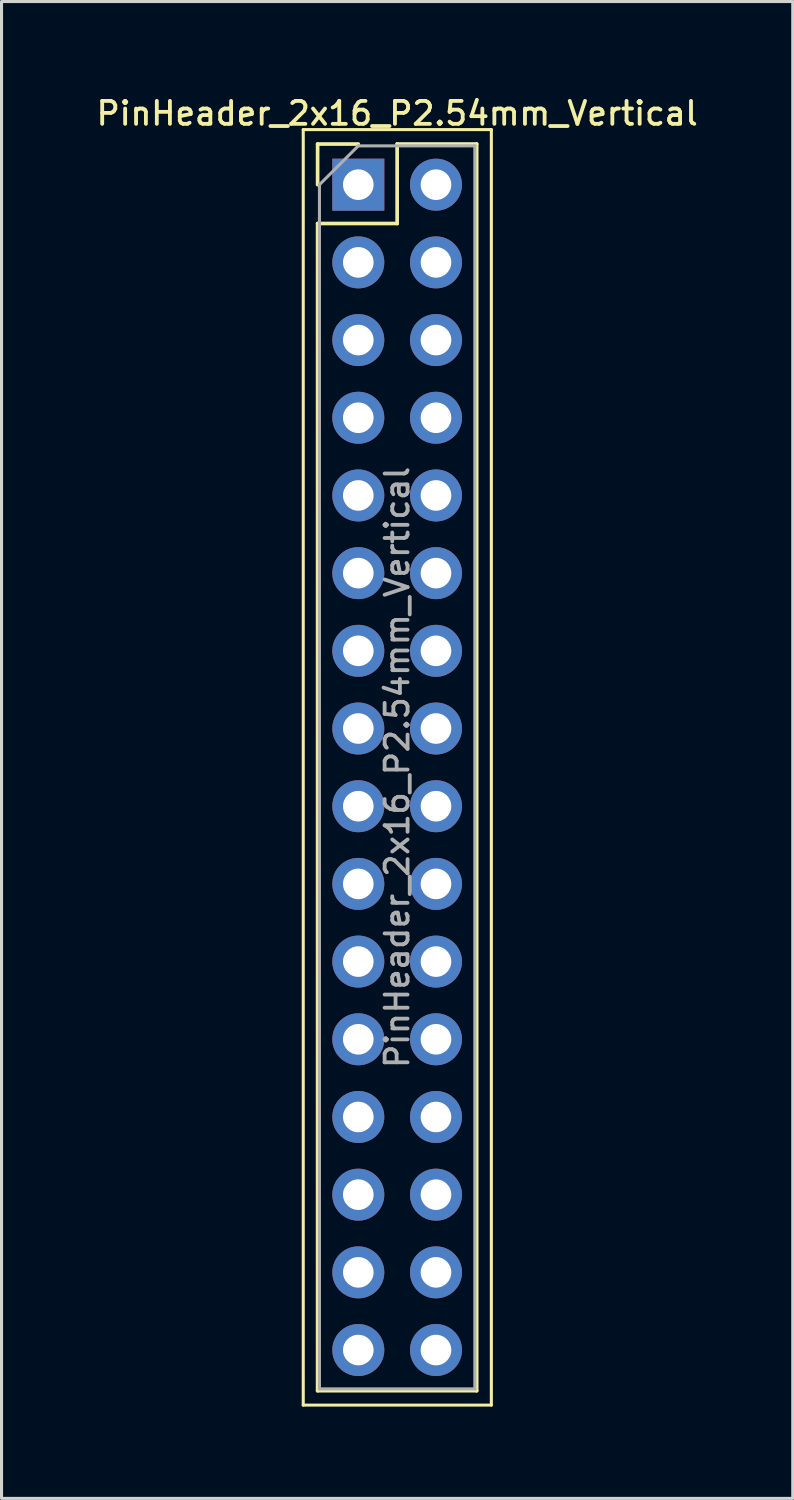
<source format=kicad_pcb>
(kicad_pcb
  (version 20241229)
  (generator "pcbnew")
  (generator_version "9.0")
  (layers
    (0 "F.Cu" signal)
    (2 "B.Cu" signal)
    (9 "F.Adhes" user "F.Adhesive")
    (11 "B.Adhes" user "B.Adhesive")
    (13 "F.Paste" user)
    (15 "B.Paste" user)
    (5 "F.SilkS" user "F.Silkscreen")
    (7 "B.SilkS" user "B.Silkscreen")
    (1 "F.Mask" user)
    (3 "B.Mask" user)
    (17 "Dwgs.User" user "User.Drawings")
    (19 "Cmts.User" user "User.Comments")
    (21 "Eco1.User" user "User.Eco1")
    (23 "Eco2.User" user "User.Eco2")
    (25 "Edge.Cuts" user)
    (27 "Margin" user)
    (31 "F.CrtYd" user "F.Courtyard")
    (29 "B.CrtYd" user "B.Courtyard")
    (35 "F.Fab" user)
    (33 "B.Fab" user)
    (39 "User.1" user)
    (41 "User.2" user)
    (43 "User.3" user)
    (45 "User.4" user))
  (footprint "PinHeader_2x16_P2.54mm_Vertical"
    (layer "F.Cu")
    (at 8.664 2.988)
    (property "Reference" "PinHeader_2x16_P2.54mm_Vertical" (at 1.27 -2.33 0) (layer "F.SilkS") (effects (font (size 0.75 0.75) (thickness 0.125))))
    (attr through_hole)
    (fp_line (start -1.8 -1.8) (end -1.8 39.9) (stroke (width 0.1) (type solid)) (layer "F.SilkS"))
    (fp_line (start -1.8 39.9) (end 4.35 39.9) (stroke (width 0.1) (type solid)) (layer "F.SilkS"))
    (fp_line (start -1.33 -1.33) (end 0 -1.33) (stroke (width 0.12) (type solid)) (layer "F.SilkS"))
    (fp_line (start -1.33 0) (end -1.33 -1.33) (stroke (width 0.12) (type solid)) (layer "F.SilkS"))
    (fp_line (start -1.33 1.27) (end -1.33 39.43) (stroke (width 0.12) (type solid)) (layer "F.SilkS"))
    (fp_line (start -1.33 1.27) (end 1.27 1.27) (stroke (width 0.12) (type solid)) (layer "F.SilkS"))
    (fp_line (start -1.33 39.43) (end 3.87 39.43) (stroke (width 0.12) (type solid)) (layer "F.SilkS"))
    (fp_line (start 1.27 -1.33) (end 3.87 -1.33) (stroke (width 0.12) (type solid)) (layer "F.SilkS"))
    (fp_line (start 1.27 1.27) (end 1.27 -1.33) (stroke (width 0.12) (type solid)) (layer "F.SilkS"))
    (fp_line (start 3.87 -1.33) (end 3.87 39.43) (stroke (width 0.12) (type solid)) (layer "F.SilkS"))
    (fp_line (start 4.35 -1.8) (end -1.8 -1.8) (stroke (width 0.1) (type solid)) (layer "F.SilkS"))
    (fp_line (start 4.35 39.9) (end 4.35 -1.8) (stroke (width 0.1) (type solid)) (layer "F.SilkS"))
    (fp_line (start -1.27 0) (end 0 -1.27) (stroke (width 0.1) (type solid)) (layer "F.Fab"))
    (fp_line (start -1.27 39.37) (end -1.27 0) (stroke (width 0.1) (type solid)) (layer "F.Fab"))
    (fp_line (start 0 -1.27) (end 3.81 -1.27) (stroke (width 0.1) (type solid)) (layer "F.Fab"))
    (fp_line (start 3.81 -1.27) (end 3.81 39.37) (stroke (width 0.1) (type solid)) (layer "F.Fab"))
    (fp_line (start 3.81 39.37) (end -1.27 39.37) (stroke (width 0.1) (type solid)) (layer "F.Fab"))
    (fp_text user "${REFERENCE}" (at 1.27 19.05 90) (layer "F.Fab") (effects (font (size 0.75 0.75) (thickness 0.125))))
    (pad "1" thru_hole rect (at 0 0) (size 1.7 1.7) (drill 1) (layers "*.Cu" "*.Mask"))
    (pad "2" thru_hole oval (at 2.54 0) (size 1.7 1.7) (drill 1) (layers "*.Cu" "*.Mask"))
    (pad "3" thru_hole oval (at 0 2.54) (size 1.7 1.7) (drill 1) (layers "*.Cu" "*.Mask"))
    (pad "4" thru_hole oval (at 2.54 2.54) (size 1.7 1.7) (drill 1) (layers "*.Cu" "*.Mask"))
    (pad "5" thru_hole oval (at 0 5.08) (size 1.7 1.7) (drill 1) (layers "*.Cu" "*.Mask"))
    (pad "6" thru_hole oval (at 2.54 5.08) (size 1.7 1.7) (drill 1) (layers "*.Cu" "*.Mask"))
    (pad "7" thru_hole oval (at 0 7.62) (size 1.7 1.7) (drill 1) (layers "*.Cu" "*.Mask"))
    (pad "8" thru_hole oval (at 2.54 7.62) (size 1.7 1.7) (drill 1) (layers "*.Cu" "*.Mask"))
    (pad "9" thru_hole oval (at 0 10.16) (size 1.7 1.7) (drill 1) (layers "*.Cu" "*.Mask"))
    (pad "10" thru_hole oval (at 2.54 10.16) (size 1.7 1.7) (drill 1) (layers "*.Cu" "*.Mask"))
    (pad "11" thru_hole oval (at 0 12.7) (size 1.7 1.7) (drill 1) (layers "*.Cu" "*.Mask"))
    (pad "12" thru_hole oval (at 2.54 12.7) (size 1.7 1.7) (drill 1) (layers "*.Cu" "*.Mask"))
    (pad "13" thru_hole oval (at 0 15.24) (size 1.7 1.7) (drill 1) (layers "*.Cu" "*.Mask"))
    (pad "14" thru_hole oval (at 2.54 15.24) (size 1.7 1.7) (drill 1) (layers "*.Cu" "*.Mask"))
    (pad "15" thru_hole oval (at 0 17.78) (size 1.7 1.7) (drill 1) (layers "*.Cu" "*.Mask"))
    (pad "16" thru_hole oval (at 2.54 17.78) (size 1.7 1.7) (drill 1) (layers "*.Cu" "*.Mask"))
    (pad "17" thru_hole oval (at 0 20.32) (size 1.7 1.7) (drill 1) (layers "*.Cu" "*.Mask"))
    (pad "18" thru_hole oval (at 2.54 20.32) (size 1.7 1.7) (drill 1) (layers "*.Cu" "*.Mask"))
    (pad "19" thru_hole oval (at 0 22.86) (size 1.7 1.7) (drill 1) (layers "*.Cu" "*.Mask"))
    (pad "20" thru_hole oval (at 2.54 22.86) (size 1.7 1.7) (drill 1) (layers "*.Cu" "*.Mask"))
    (pad "21" thru_hole oval (at 0 25.4) (size 1.7 1.7) (drill 1) (layers "*.Cu" "*.Mask"))
    (pad "22" thru_hole oval (at 2.54 25.4) (size 1.7 1.7) (drill 1) (layers "*.Cu" "*.Mask"))
    (pad "23" thru_hole oval (at 0 27.94) (size 1.7 1.7) (drill 1) (layers "*.Cu" "*.Mask"))
    (pad "24" thru_hole oval (at 2.54 27.94) (size 1.7 1.7) (drill 1) (layers "*.Cu" "*.Mask"))
    (pad "25" thru_hole oval (at 0 30.48) (size 1.7 1.7) (drill 1) (layers "*.Cu" "*.Mask"))
    (pad "26" thru_hole oval (at 2.54 30.48) (size 1.7 1.7) (drill 1) (layers "*.Cu" "*.Mask"))
    (pad "27" thru_hole oval (at 0 33.02) (size 1.7 1.7) (drill 1) (layers "*.Cu" "*.Mask"))
    (pad "28" thru_hole oval (at 2.54 33.02) (size 1.7 1.7) (drill 1) (layers "*.Cu" "*.Mask"))
    (pad "29" thru_hole oval (at 0 35.56) (size 1.7 1.7) (drill 1) (layers "*.Cu" "*.Mask"))
    (pad "30" thru_hole oval (at 2.54 35.56) (size 1.7 1.7) (drill 1) (layers "*.Cu" "*.Mask"))
    (pad "31" thru_hole oval (at 0 38.1) (size 1.7 1.7) (drill 1) (layers "*.Cu" "*.Mask"))
    (pad "32" thru_hole oval (at 2.54 38.1) (size 1.7 1.7) (drill 1) (layers "*.Cu" "*.Mask")))
  (gr_rect
    (start -3 -3)
    (end 22.868 45.938)
    (stroke (width 0.1) (type default))
    (fill no)
    (layer "Edge.Cuts")))
</source>
